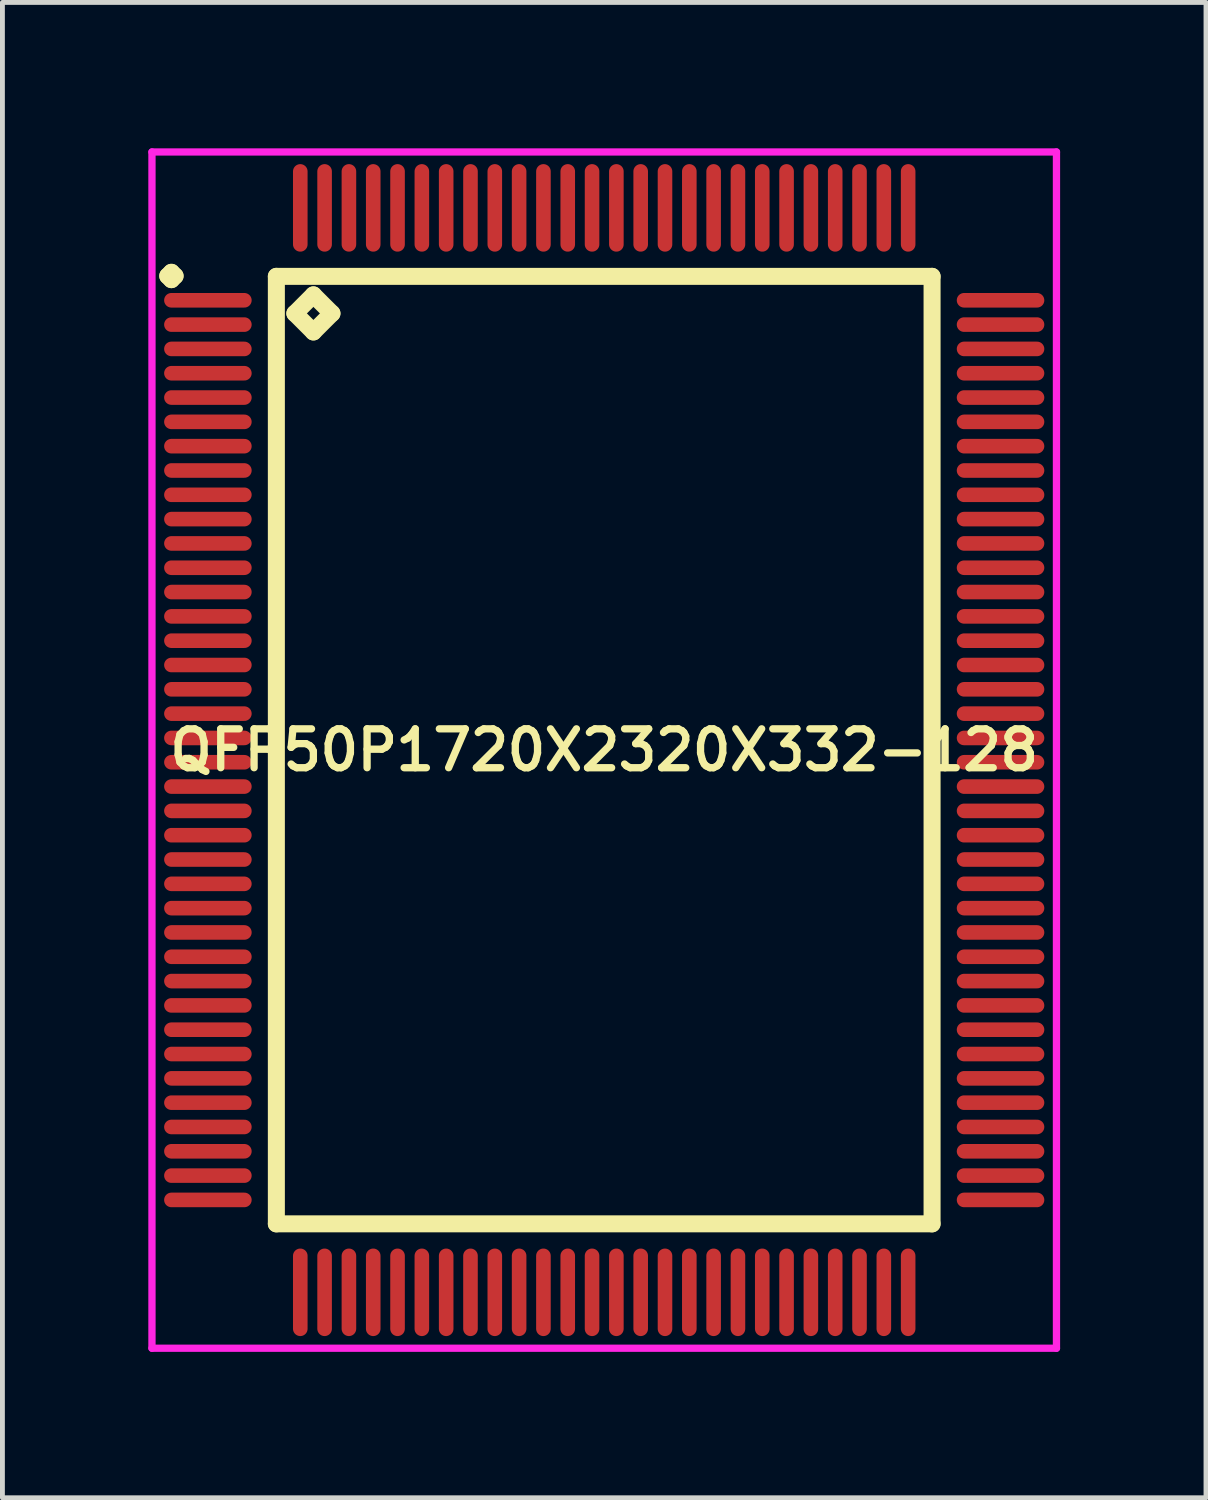
<source format=kicad_pcb>
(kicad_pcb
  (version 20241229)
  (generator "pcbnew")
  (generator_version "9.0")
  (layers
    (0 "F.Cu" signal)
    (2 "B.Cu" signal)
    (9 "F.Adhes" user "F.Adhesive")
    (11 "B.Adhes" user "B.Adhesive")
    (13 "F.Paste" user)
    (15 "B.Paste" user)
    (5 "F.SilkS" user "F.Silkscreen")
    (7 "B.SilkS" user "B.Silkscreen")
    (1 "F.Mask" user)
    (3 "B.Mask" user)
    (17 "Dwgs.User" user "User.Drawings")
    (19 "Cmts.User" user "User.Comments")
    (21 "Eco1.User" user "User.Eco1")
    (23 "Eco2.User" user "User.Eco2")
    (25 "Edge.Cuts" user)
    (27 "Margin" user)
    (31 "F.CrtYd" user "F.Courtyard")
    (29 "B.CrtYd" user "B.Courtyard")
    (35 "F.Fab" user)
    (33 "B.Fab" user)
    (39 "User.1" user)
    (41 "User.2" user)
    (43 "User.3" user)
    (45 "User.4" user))
  (footprint "QFP50P1720X2320X332-128"
    (layer "F.Cu")
    (at 9.375 12.375)
    (property "Reference" "QFP50P1720X2320X332-128" (at 0 0 0) (layer "F.SilkS") (effects (font (size 0.8 0.8) (thickness 0.15))))
    (attr smd)
    (fp_line (start -8.975 -9.75) (end -8.9 -9.825) (stroke (width 0.35) (type solid)) (layer "F.SilkS"))
    (fp_line (start -8.9 -9.825) (end -8.825 -9.75) (stroke (width 0.35) (type solid)) (layer "F.SilkS"))
    (fp_line (start -8.9 -9.675) (end -8.975 -9.75) (stroke (width 0.35) (type solid)) (layer "F.SilkS"))
    (fp_line (start -8.825 -9.75) (end -8.9 -9.675) (stroke (width 0.35) (type solid)) (layer "F.SilkS"))
    (fp_line (start -6.742 -9.742) (end -6.742 9.742) (stroke (width 0.35) (type solid)) (layer "F.SilkS"))
    (fp_line (start -6.742 9.742) (end 6.742 9.742) (stroke (width 0.35) (type solid)) (layer "F.SilkS"))
    (fp_line (start -6.361 -8.98) (end -5.98 -9.361) (stroke (width 0.35) (type solid)) (layer "F.SilkS"))
    (fp_line (start -5.98 -9.361) (end -5.599 -8.98) (stroke (width 0.35) (type solid)) (layer "F.SilkS"))
    (fp_line (start -5.98 -8.599) (end -6.361 -8.98) (stroke (width 0.35) (type solid)) (layer "F.SilkS"))
    (fp_line (start -5.599 -8.98) (end -5.98 -8.599) (stroke (width 0.35) (type solid)) (layer "F.SilkS"))
    (fp_line (start 6.742 -9.742) (end -6.742 -9.742) (stroke (width 0.35) (type solid)) (layer "F.SilkS"))
    (fp_line (start 6.742 9.742) (end 6.742 -9.742) (stroke (width 0.35) (type solid)) (layer "F.SilkS"))
    (fp_line (start -9.3 -12.3) (end 9.3 -12.3) (stroke (width 0.15) (type solid)) (layer "F.CrtYd"))
    (fp_line (start -9.3 12.3) (end -9.3 -12.3) (stroke (width 0.15) (type solid)) (layer "F.CrtYd"))
    (fp_line (start 9.3 -12.3) (end 9.3 12.3) (stroke (width 0.15) (type solid)) (layer "F.CrtYd"))
    (fp_line (start 9.3 12.3) (end -9.3 12.3) (stroke (width 0.15) (type solid)) (layer "F.CrtYd"))
    (pad "1" smd oval (at -8.15 -9.25) (size 1.8 0.3) (layers "F.Cu" "F.Mask" "F.Paste"))
    (pad "2" smd oval (at -8.15 -8.75) (size 1.8 0.3) (layers "F.Cu" "F.Mask" "F.Paste"))
    (pad "3" smd oval (at -8.15 -8.25) (size 1.8 0.3) (layers "F.Cu" "F.Mask" "F.Paste"))
    (pad "4" smd oval (at -8.15 -7.75) (size 1.8 0.3) (layers "F.Cu" "F.Mask" "F.Paste"))
    (pad "5" smd oval (at -8.15 -7.25) (size 1.8 0.3) (layers "F.Cu" "F.Mask" "F.Paste"))
    (pad "6" smd oval (at -8.15 -6.75) (size 1.8 0.3) (layers "F.Cu" "F.Mask" "F.Paste"))
    (pad "7" smd oval (at -8.15 -6.25) (size 1.8 0.3) (layers "F.Cu" "F.Mask" "F.Paste"))
    (pad "8" smd oval (at -8.15 -5.75) (size 1.8 0.3) (layers "F.Cu" "F.Mask" "F.Paste"))
    (pad "9" smd oval (at -8.15 -5.25) (size 1.8 0.3) (layers "F.Cu" "F.Mask" "F.Paste"))
    (pad "10" smd oval (at -8.15 -4.75) (size 1.8 0.3) (layers "F.Cu" "F.Mask" "F.Paste"))
    (pad "11" smd oval (at -8.15 -4.25) (size 1.8 0.3) (layers "F.Cu" "F.Mask" "F.Paste"))
    (pad "12" smd oval (at -8.15 -3.75) (size 1.8 0.3) (layers "F.Cu" "F.Mask" "F.Paste"))
    (pad "13" smd oval (at -8.15 -3.25) (size 1.8 0.3) (layers "F.Cu" "F.Mask" "F.Paste"))
    (pad "14" smd oval (at -8.15 -2.75) (size 1.8 0.3) (layers "F.Cu" "F.Mask" "F.Paste"))
    (pad "15" smd oval (at -8.15 -2.25) (size 1.8 0.3) (layers "F.Cu" "F.Mask" "F.Paste"))
    (pad "16" smd oval (at -8.15 -1.75) (size 1.8 0.3) (layers "F.Cu" "F.Mask" "F.Paste"))
    (pad "17" smd oval (at -8.15 -1.25) (size 1.8 0.3) (layers "F.Cu" "F.Mask" "F.Paste"))
    (pad "18" smd oval (at -8.15 -0.75) (size 1.8 0.3) (layers "F.Cu" "F.Mask" "F.Paste"))
    (pad "19" smd oval (at -8.15 -0.25) (size 1.8 0.3) (layers "F.Cu" "F.Mask" "F.Paste"))
    (pad "20" smd oval (at -8.15 0.25) (size 1.8 0.3) (layers "F.Cu" "F.Mask" "F.Paste"))
    (pad "21" smd oval (at -8.15 0.75) (size 1.8 0.3) (layers "F.Cu" "F.Mask" "F.Paste"))
    (pad "22" smd oval (at -8.15 1.25) (size 1.8 0.3) (layers "F.Cu" "F.Mask" "F.Paste"))
    (pad "23" smd oval (at -8.15 1.75) (size 1.8 0.3) (layers "F.Cu" "F.Mask" "F.Paste"))
    (pad "24" smd oval (at -8.15 2.25) (size 1.8 0.3) (layers "F.Cu" "F.Mask" "F.Paste"))
    (pad "25" smd oval (at -8.15 2.75) (size 1.8 0.3) (layers "F.Cu" "F.Mask" "F.Paste"))
    (pad "26" smd oval (at -8.15 3.25) (size 1.8 0.3) (layers "F.Cu" "F.Mask" "F.Paste"))
    (pad "27" smd oval (at -8.15 3.75) (size 1.8 0.3) (layers "F.Cu" "F.Mask" "F.Paste"))
    (pad "28" smd oval (at -8.15 4.25) (size 1.8 0.3) (layers "F.Cu" "F.Mask" "F.Paste"))
    (pad "29" smd oval (at -8.15 4.75) (size 1.8 0.3) (layers "F.Cu" "F.Mask" "F.Paste"))
    (pad "30" smd oval (at -8.15 5.25) (size 1.8 0.3) (layers "F.Cu" "F.Mask" "F.Paste"))
    (pad "31" smd oval (at -8.15 5.75) (size 1.8 0.3) (layers "F.Cu" "F.Mask" "F.Paste"))
    (pad "32" smd oval (at -8.15 6.25) (size 1.8 0.3) (layers "F.Cu" "F.Mask" "F.Paste"))
    (pad "33" smd oval (at -8.15 6.75) (size 1.8 0.3) (layers "F.Cu" "F.Mask" "F.Paste"))
    (pad "34" smd oval (at -8.15 7.25) (size 1.8 0.3) (layers "F.Cu" "F.Mask" "F.Paste"))
    (pad "35" smd oval (at -8.15 7.75) (size 1.8 0.3) (layers "F.Cu" "F.Mask" "F.Paste"))
    (pad "36" smd oval (at -8.15 8.25) (size 1.8 0.3) (layers "F.Cu" "F.Mask" "F.Paste"))
    (pad "37" smd oval (at -8.15 8.75) (size 1.8 0.3) (layers "F.Cu" "F.Mask" "F.Paste"))
    (pad "38" smd oval (at -8.15 9.25) (size 1.8 0.3) (layers "F.Cu" "F.Mask" "F.Paste"))
    (pad "39" smd oval (at -6.25 11.15) (size 0.3 1.8) (layers "F.Cu" "F.Mask" "F.Paste"))
    (pad "40" smd oval (at -5.75 11.15) (size 0.3 1.8) (layers "F.Cu" "F.Mask" "F.Paste"))
    (pad "41" smd oval (at -5.25 11.15) (size 0.3 1.8) (layers "F.Cu" "F.Mask" "F.Paste"))
    (pad "42" smd oval (at -4.75 11.15) (size 0.3 1.8) (layers "F.Cu" "F.Mask" "F.Paste"))
    (pad "43" smd oval (at -4.25 11.15) (size 0.3 1.8) (layers "F.Cu" "F.Mask" "F.Paste"))
    (pad "44" smd oval (at -3.75 11.15) (size 0.3 1.8) (layers "F.Cu" "F.Mask" "F.Paste"))
    (pad "45" smd oval (at -3.25 11.15) (size 0.3 1.8) (layers "F.Cu" "F.Mask" "F.Paste"))
    (pad "46" smd oval (at -2.75 11.15) (size 0.3 1.8) (layers "F.Cu" "F.Mask" "F.Paste"))
    (pad "47" smd oval (at -2.25 11.15) (size 0.3 1.8) (layers "F.Cu" "F.Mask" "F.Paste"))
    (pad "48" smd oval (at -1.75 11.15) (size 0.3 1.8) (layers "F.Cu" "F.Mask" "F.Paste"))
    (pad "49" smd oval (at -1.25 11.15) (size 0.3 1.8) (layers "F.Cu" "F.Mask" "F.Paste"))
    (pad "50" smd oval (at -0.75 11.15) (size 0.3 1.8) (layers "F.Cu" "F.Mask" "F.Paste"))
    (pad "51" smd oval (at -0.25 11.15) (size 0.3 1.8) (layers "F.Cu" "F.Mask" "F.Paste"))
    (pad "52" smd oval (at 0.25 11.15) (size 0.3 1.8) (layers "F.Cu" "F.Mask" "F.Paste"))
    (pad "53" smd oval (at 0.75 11.15) (size 0.3 1.8) (layers "F.Cu" "F.Mask" "F.Paste"))
    (pad "54" smd oval (at 1.25 11.15) (size 0.3 1.8) (layers "F.Cu" "F.Mask" "F.Paste"))
    (pad "55" smd oval (at 1.75 11.15) (size 0.3 1.8) (layers "F.Cu" "F.Mask" "F.Paste"))
    (pad "56" smd oval (at 2.25 11.15) (size 0.3 1.8) (layers "F.Cu" "F.Mask" "F.Paste"))
    (pad "57" smd oval (at 2.75 11.15) (size 0.3 1.8) (layers "F.Cu" "F.Mask" "F.Paste"))
    (pad "58" smd oval (at 3.25 11.15) (size 0.3 1.8) (layers "F.Cu" "F.Mask" "F.Paste"))
    (pad "59" smd oval (at 3.75 11.15) (size 0.3 1.8) (layers "F.Cu" "F.Mask" "F.Paste"))
    (pad "60" smd oval (at 4.25 11.15) (size 0.3 1.8) (layers "F.Cu" "F.Mask" "F.Paste"))
    (pad "61" smd oval (at 4.75 11.15) (size 0.3 1.8) (layers "F.Cu" "F.Mask" "F.Paste"))
    (pad "62" smd oval (at 5.25 11.15) (size 0.3 1.8) (layers "F.Cu" "F.Mask" "F.Paste"))
    (pad "63" smd oval (at 5.75 11.15) (size 0.3 1.8) (layers "F.Cu" "F.Mask" "F.Paste"))
    (pad "64" smd oval (at 6.25 11.15) (size 0.3 1.8) (layers "F.Cu" "F.Mask" "F.Paste"))
    (pad "65" smd oval (at 8.15 9.25) (size 1.8 0.3) (layers "F.Cu" "F.Mask" "F.Paste"))
    (pad "66" smd oval (at 8.15 8.75) (size 1.8 0.3) (layers "F.Cu" "F.Mask" "F.Paste"))
    (pad "67" smd oval (at 8.15 8.25) (size 1.8 0.3) (layers "F.Cu" "F.Mask" "F.Paste"))
    (pad "68" smd oval (at 8.15 7.75) (size 1.8 0.3) (layers "F.Cu" "F.Mask" "F.Paste"))
    (pad "69" smd oval (at 8.15 7.25) (size 1.8 0.3) (layers "F.Cu" "F.Mask" "F.Paste"))
    (pad "70" smd oval (at 8.15 6.75) (size 1.8 0.3) (layers "F.Cu" "F.Mask" "F.Paste"))
    (pad "71" smd oval (at 8.15 6.25) (size 1.8 0.3) (layers "F.Cu" "F.Mask" "F.Paste"))
    (pad "72" smd oval (at 8.15 5.75) (size 1.8 0.3) (layers "F.Cu" "F.Mask" "F.Paste"))
    (pad "73" smd oval (at 8.15 5.25) (size 1.8 0.3) (layers "F.Cu" "F.Mask" "F.Paste"))
    (pad "74" smd oval (at 8.15 4.75) (size 1.8 0.3) (layers "F.Cu" "F.Mask" "F.Paste"))
    (pad "75" smd oval (at 8.15 4.25) (size 1.8 0.3) (layers "F.Cu" "F.Mask" "F.Paste"))
    (pad "76" smd oval (at 8.15 3.75) (size 1.8 0.3) (layers "F.Cu" "F.Mask" "F.Paste"))
    (pad "77" smd oval (at 8.15 3.25) (size 1.8 0.3) (layers "F.Cu" "F.Mask" "F.Paste"))
    (pad "78" smd oval (at 8.15 2.75) (size 1.8 0.3) (layers "F.Cu" "F.Mask" "F.Paste"))
    (pad "79" smd oval (at 8.15 2.25) (size 1.8 0.3) (layers "F.Cu" "F.Mask" "F.Paste"))
    (pad "80" smd oval (at 8.15 1.75) (size 1.8 0.3) (layers "F.Cu" "F.Mask" "F.Paste"))
    (pad "81" smd oval (at 8.15 1.25) (size 1.8 0.3) (layers "F.Cu" "F.Mask" "F.Paste"))
    (pad "82" smd oval (at 8.15 0.75) (size 1.8 0.3) (layers "F.Cu" "F.Mask" "F.Paste"))
    (pad "83" smd oval (at 8.15 0.25) (size 1.8 0.3) (layers "F.Cu" "F.Mask" "F.Paste"))
    (pad "84" smd oval (at 8.15 -0.25) (size 1.8 0.3) (layers "F.Cu" "F.Mask" "F.Paste"))
    (pad "85" smd oval (at 8.15 -0.75) (size 1.8 0.3) (layers "F.Cu" "F.Mask" "F.Paste"))
    (pad "86" smd oval (at 8.15 -1.25) (size 1.8 0.3) (layers "F.Cu" "F.Mask" "F.Paste"))
    (pad "87" smd oval (at 8.15 -1.75) (size 1.8 0.3) (layers "F.Cu" "F.Mask" "F.Paste"))
    (pad "88" smd oval (at 8.15 -2.25) (size 1.8 0.3) (layers "F.Cu" "F.Mask" "F.Paste"))
    (pad "89" smd oval (at 8.15 -2.75) (size 1.8 0.3) (layers "F.Cu" "F.Mask" "F.Paste"))
    (pad "90" smd oval (at 8.15 -3.25) (size 1.8 0.3) (layers "F.Cu" "F.Mask" "F.Paste"))
    (pad "91" smd oval (at 8.15 -3.75) (size 1.8 0.3) (layers "F.Cu" "F.Mask" "F.Paste"))
    (pad "92" smd oval (at 8.15 -4.25) (size 1.8 0.3) (layers "F.Cu" "F.Mask" "F.Paste"))
    (pad "93" smd oval (at 8.15 -4.75) (size 1.8 0.3) (layers "F.Cu" "F.Mask" "F.Paste"))
    (pad "94" smd oval (at 8.15 -5.25) (size 1.8 0.3) (layers "F.Cu" "F.Mask" "F.Paste"))
    (pad "95" smd oval (at 8.15 -5.75) (size 1.8 0.3) (layers "F.Cu" "F.Mask" "F.Paste"))
    (pad "96" smd oval (at 8.15 -6.25) (size 1.8 0.3) (layers "F.Cu" "F.Mask" "F.Paste"))
    (pad "97" smd oval (at 8.15 -6.75) (size 1.8 0.3) (layers "F.Cu" "F.Mask" "F.Paste"))
    (pad "98" smd oval (at 8.15 -7.25) (size 1.8 0.3) (layers "F.Cu" "F.Mask" "F.Paste"))
    (pad "99" smd oval (at 8.15 -7.75) (size 1.8 0.3) (layers "F.Cu" "F.Mask" "F.Paste"))
    (pad "100" smd oval (at 8.15 -8.25) (size 1.8 0.3) (layers "F.Cu" "F.Mask" "F.Paste"))
    (pad "101" smd oval (at 8.15 -8.75) (size 1.8 0.3) (layers "F.Cu" "F.Mask" "F.Paste"))
    (pad "102" smd oval (at 8.15 -9.25) (size 1.8 0.3) (layers "F.Cu" "F.Mask" "F.Paste"))
    (pad "103" smd oval (at 6.25 -11.15) (size 0.3 1.8) (layers "F.Cu" "F.Mask" "F.Paste"))
    (pad "104" smd oval (at 5.75 -11.15) (size 0.3 1.8) (layers "F.Cu" "F.Mask" "F.Paste"))
    (pad "105" smd oval (at 5.25 -11.15) (size 0.3 1.8) (layers "F.Cu" "F.Mask" "F.Paste"))
    (pad "106" smd oval (at 4.75 -11.15) (size 0.3 1.8) (layers "F.Cu" "F.Mask" "F.Paste"))
    (pad "107" smd oval (at 4.25 -11.15) (size 0.3 1.8) (layers "F.Cu" "F.Mask" "F.Paste"))
    (pad "108" smd oval (at 3.75 -11.15) (size 0.3 1.8) (layers "F.Cu" "F.Mask" "F.Paste"))
    (pad "109" smd oval (at 3.25 -11.15) (size 0.3 1.8) (layers "F.Cu" "F.Mask" "F.Paste"))
    (pad "110" smd oval (at 2.75 -11.15) (size 0.3 1.8) (layers "F.Cu" "F.Mask" "F.Paste"))
    (pad "111" smd oval (at 2.25 -11.15) (size 0.3 1.8) (layers "F.Cu" "F.Mask" "F.Paste"))
    (pad "112" smd oval (at 1.75 -11.15) (size 0.3 1.8) (layers "F.Cu" "F.Mask" "F.Paste"))
    (pad "113" smd oval (at 1.25 -11.15) (size 0.3 1.8) (layers "F.Cu" "F.Mask" "F.Paste"))
    (pad "114" smd oval (at 0.75 -11.15) (size 0.3 1.8) (layers "F.Cu" "F.Mask" "F.Paste"))
    (pad "115" smd oval (at 0.25 -11.15) (size 0.3 1.8) (layers "F.Cu" "F.Mask" "F.Paste"))
    (pad "116" smd oval (at -0.25 -11.15) (size 0.3 1.8) (layers "F.Cu" "F.Mask" "F.Paste"))
    (pad "117" smd oval (at -0.75 -11.15) (size 0.3 1.8) (layers "F.Cu" "F.Mask" "F.Paste"))
    (pad "118" smd oval (at -1.25 -11.15) (size 0.3 1.8) (layers "F.Cu" "F.Mask" "F.Paste"))
    (pad "119" smd oval (at -1.75 -11.15) (size 0.3 1.8) (layers "F.Cu" "F.Mask" "F.Paste"))
    (pad "120" smd oval (at -2.25 -11.15) (size 0.3 1.8) (layers "F.Cu" "F.Mask" "F.Paste"))
    (pad "121" smd oval (at -2.75 -11.15) (size 0.3 1.8) (layers "F.Cu" "F.Mask" "F.Paste"))
    (pad "122" smd oval (at -3.25 -11.15) (size 0.3 1.8) (layers "F.Cu" "F.Mask" "F.Paste"))
    (pad "123" smd oval (at -3.75 -11.15) (size 0.3 1.8) (layers "F.Cu" "F.Mask" "F.Paste"))
    (pad "124" smd oval (at -4.25 -11.15) (size 0.3 1.8) (layers "F.Cu" "F.Mask" "F.Paste"))
    (pad "125" smd oval (at -4.75 -11.15) (size 0.3 1.8) (layers "F.Cu" "F.Mask" "F.Paste"))
    (pad "126" smd oval (at -5.25 -11.15) (size 0.3 1.8) (layers "F.Cu" "F.Mask" "F.Paste"))
    (pad "127" smd oval (at -5.75 -11.15) (size 0.3 1.8) (layers "F.Cu" "F.Mask" "F.Paste"))
    (pad "128" smd oval (at -6.25 -11.15) (size 0.3 1.8) (layers "F.Cu" "F.Mask" "F.Paste")))
  (gr_rect
    (start -3 -3)
    (end 21.75 27.75)
    (stroke (width 0.1) (type default))
    (fill no)
    (layer "Edge.Cuts")))
</source>
